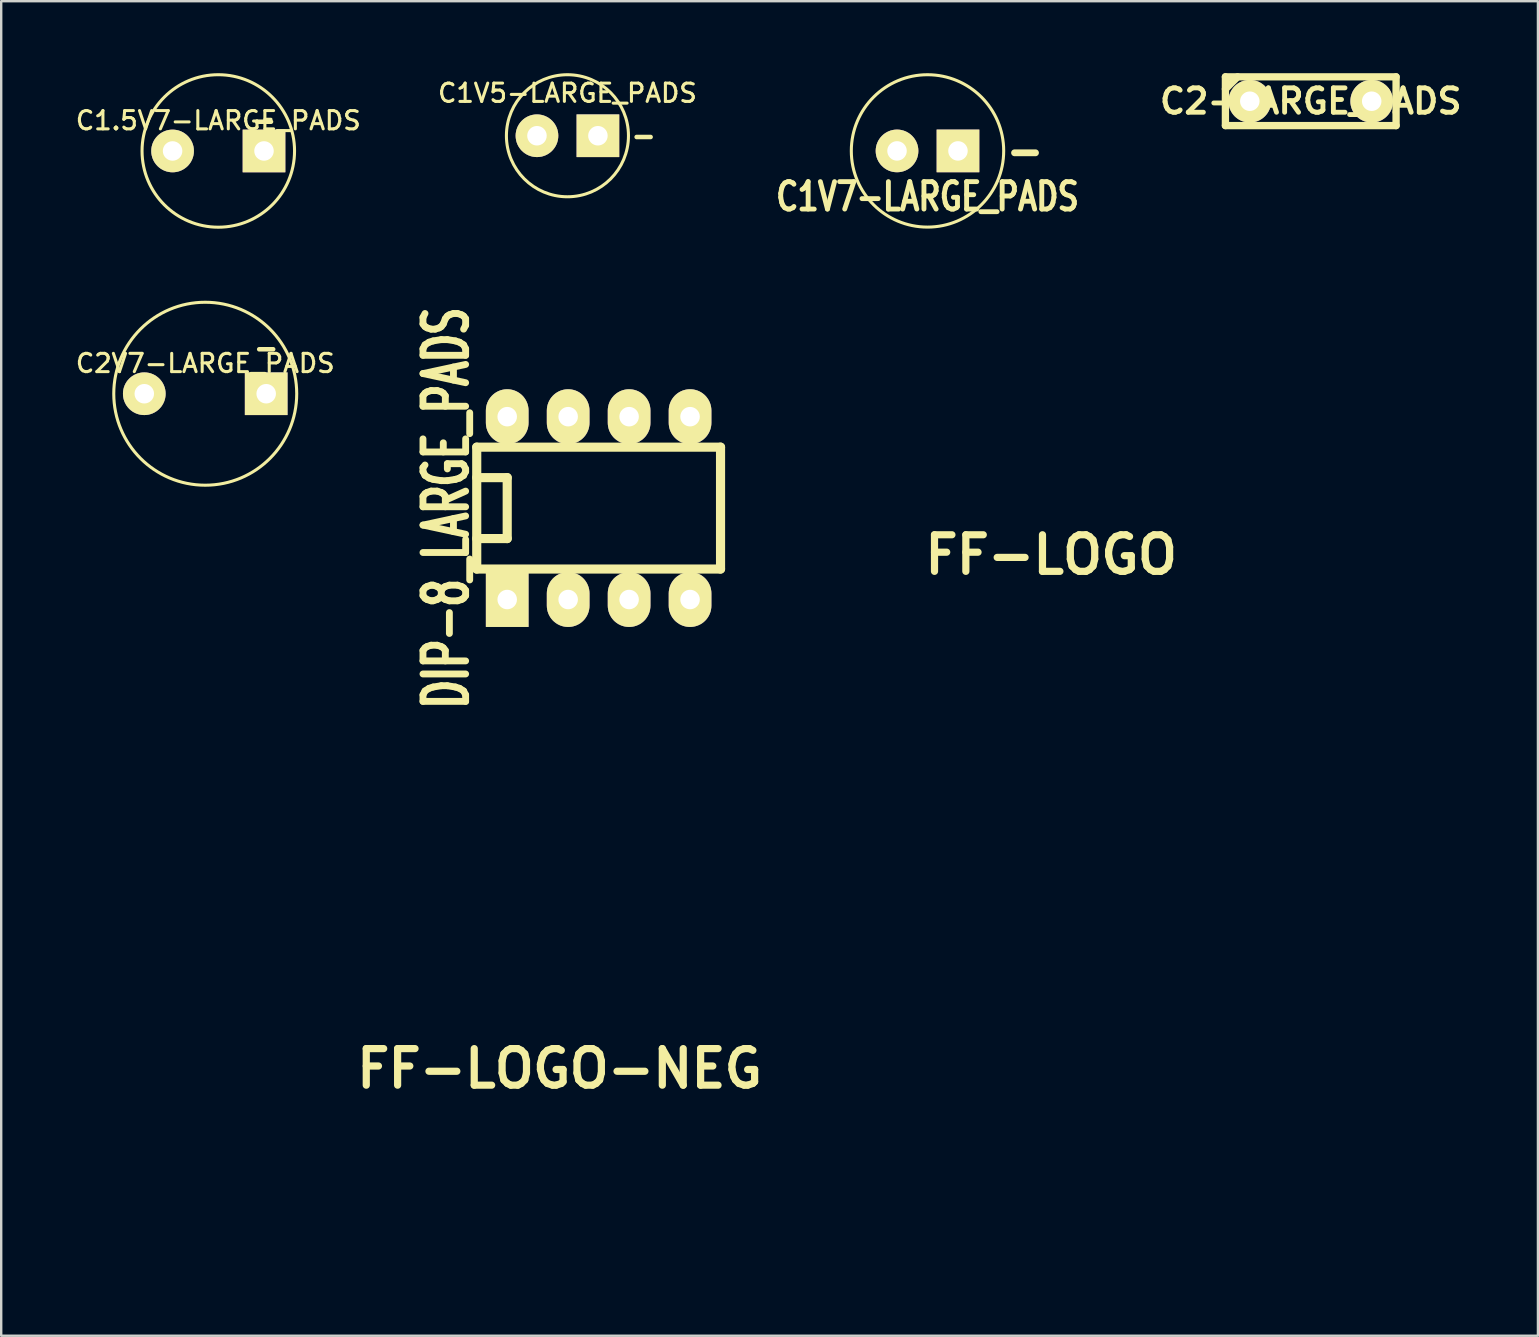
<source format=kicad_pcb>
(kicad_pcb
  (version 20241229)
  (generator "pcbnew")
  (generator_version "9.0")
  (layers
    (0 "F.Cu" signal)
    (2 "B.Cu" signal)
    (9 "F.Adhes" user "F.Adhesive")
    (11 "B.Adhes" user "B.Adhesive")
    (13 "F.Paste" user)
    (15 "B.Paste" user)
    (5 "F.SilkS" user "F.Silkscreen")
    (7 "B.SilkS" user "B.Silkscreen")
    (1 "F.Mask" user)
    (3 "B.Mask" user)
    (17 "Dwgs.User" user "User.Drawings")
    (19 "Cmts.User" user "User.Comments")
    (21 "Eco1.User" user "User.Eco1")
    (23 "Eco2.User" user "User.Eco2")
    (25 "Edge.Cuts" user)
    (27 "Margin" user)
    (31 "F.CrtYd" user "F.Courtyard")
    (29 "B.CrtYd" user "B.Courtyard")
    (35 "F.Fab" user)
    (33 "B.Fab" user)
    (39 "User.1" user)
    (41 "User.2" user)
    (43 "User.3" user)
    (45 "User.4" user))
  (footprint "C1V5-LARGE_PADS"
    (layer "F.Cu")
    (at 20.597 2.607)
    (property "Reference" "C1V5-LARGE_PADS" (at 0 -1.778 0) (layer "F.SilkS") (effects (font (size 0.762 0.762) (thickness 0.127))))
    (attr through_hole)
    (fp_circle (center 0 0) (end 0.127 -2.54) (stroke (width 0.127) (type solid)) (fill no) (layer "F.SilkS"))
    (fp_text user "-" (at 3.175 0 0) (layer "F.SilkS") (effects (font (size 0.762 0.762) (thickness 0.191))))
    (pad "1" thru_hole circle (at -1.27 0) (size 1.778 1.778) (drill 0.813) (layers "*.Cu" "*.Mask" "F.SilkS"))
    (pad "2" thru_hole rect (at 1.27 0) (size 1.778 1.778) (drill 0.813) (layers "*.Cu" "*.Mask" "F.SilkS")))
  (footprint "C1.5V7-LARGE_PADS"
    (layer "F.Cu")
    (at 6.047 3.241)
    (property "Reference" "C1.5V7-LARGE_PADS" (at 0 -1.267 0) (layer "F.SilkS") (effects (font (size 0.762 0.762) (thickness 0.127))))
    (attr through_hole)
    (fp_circle (center 0 0) (end 0.127 -3.175) (stroke (width 0.127) (type solid)) (fill no) (layer "F.SilkS"))
    (fp_text user "-" (at 1.905 -1.27 0) (layer "F.SilkS") (effects (font (size 0.762 0.762) (thickness 0.191))))
    (pad "1" thru_hole circle (at -1.905 0) (size 1.778 1.778) (drill 0.813) (layers "*.Cu" "*.Mask" "F.SilkS"))
    (pad "2" thru_hole rect (at 1.905 0) (size 1.778 1.778) (drill 0.813) (layers "*.Cu" "*.Mask" "F.SilkS")))
  (footprint "C2-LARGE_PADS"
    (layer "F.Cu")
    (at 51.573 1.168)
    (property "Reference" "C2-LARGE_PADS" (at 0 0 0) (layer "F.SilkS") (effects (font (size 1.016 1.016) (thickness 0.203))))
    (attr through_hole)
    (fp_line (start -3.556 -1.016) (end 3.556 -1.016) (stroke (width 0.305) (type solid)) (layer "F.SilkS"))
    (fp_line (start -3.556 -0.508) (end -3.048 -1.016) (stroke (width 0.305) (type solid)) (layer "F.SilkS"))
    (fp_line (start -3.556 1.016) (end -3.556 -1.016) (stroke (width 0.305) (type solid)) (layer "F.SilkS"))
    (fp_line (start 3.556 -1.016) (end 3.556 1.016) (stroke (width 0.305) (type solid)) (layer "F.SilkS"))
    (fp_line (start 3.556 1.016) (end -3.556 1.016) (stroke (width 0.305) (type solid)) (layer "F.SilkS"))
    (pad "1" thru_hole circle (at -2.54 0) (size 1.778 1.778) (drill 0.813) (layers "*.Cu" "*.Mask" "F.SilkS"))
    (pad "2" thru_hole circle (at 2.54 0) (size 1.778 1.778) (drill 0.813) (layers "*.Cu" "*.Mask" "F.SilkS")))
  (footprint "FF-LOGO"
    (layer "F.Cu")
    (at 40.756 20.07)
    (property "Reference" "FF-LOGO" (at 0 0 0) (layer "F.SilkS") (effects (font (size 1.524 1.524) (thickness 0.3))))
    (attr through_hole)
    (fp_poly (pts (xy 10.583 10.583) (xy -10.583 10.583) (xy -10.583 6.606) (xy -8.834 6.606) (xy -8.805 7.025) (xy -8.804 7.03) (xy -8.642 7.36) (xy -8.359 7.672) (xy -8.001 7.92) (xy -7.83 7.998) (xy -7.459 8.081) (xy -6.989 8.104) (xy -6.476 8.069) (xy -5.978 7.98) (xy -5.645 7.877) (xy -5.151 7.61) (xy -4.676 7.208) (xy -4.255 6.706) (xy -4.004 6.299) (xy -3.637 5.534) (xy -3.266 4.609) (xy -2.89 3.525) (xy -2.509 2.277) (xy -2.123 0.864) (xy -1.811 -0.376) (xy -1.676 -0.93) (xy -1.554 -1.433) (xy -1.449 -1.858) (xy -1.369 -2.184) (xy -1.319 -2.383) (xy -1.306 -2.434) (xy -1.253 -2.472) (xy -1.106 -2.5) (xy -0.849 -2.52) (xy -0.466 -2.533) (xy 0.059 -2.539) (xy 0.47 -2.54) (xy 2.215 -2.54) (xy 2.167 -2.307) (xy 2.13 -2.105) (xy 2.08 -1.802) (xy 2.03 -1.482) (xy 1.817 -0.115) (xy 1.617 1.094) (xy 1.427 2.157) (xy 1.243 3.086) (xy 1.063 3.891) (xy 0.882 4.584) (xy 0.698 5.176) (xy 0.509 5.679) (xy 0.31 6.103) (xy 0.098 6.461) (xy -0.129 6.763) (xy -0.328 6.976) (xy -0.571 7.185) (xy -0.798 7.295) (xy -1.089 7.346) (xy -1.095 7.346) (xy -1.338 7.362) (xy -1.493 7.357) (xy -1.524 7.343) (xy -1.485 7.25) (xy -1.387 7.062) (xy -1.313 6.93) (xy -1.131 6.455) (xy -1.102 6.167) (xy -1.119 5.898) (xy -1.196 5.719) (xy -1.361 5.553) (xy -1.701 5.358) (xy -2.051 5.33) (xy -2.398 5.468) (xy -2.626 5.654) (xy -2.933 6.055) (xy -3.086 6.469) (xy -3.094 6.876) (xy -2.968 7.257) (xy -2.719 7.591) (xy -2.359 7.86) (xy -1.897 8.045) (xy -1.346 8.125) (xy -1.234 8.127) (xy -0.495 8.044) (xy 0.188 7.806) (xy 0.804 7.418) (xy 1.339 6.89) (xy 1.714 6.349) (xy 1.989 5.814) (xy 2.282 5.123) (xy 2.591 4.29) (xy 2.91 3.327) (xy 3.237 2.246) (xy 3.567 1.061) (xy 3.895 -0.218) (xy 4.163 -1.333) (xy 4.444 -2.54) (xy 6.858 -2.54) (xy 6.858 -3.297) (xy 5.727 -3.321) (xy 4.596 -3.344) (xy 4.748 -4.096) (xy 4.948 -4.955) (xy 5.169 -5.658) (xy 5.417 -6.219) (xy 5.697 -6.649) (xy 6.017 -6.962) (xy 6.039 -6.979) (xy 6.292 -7.095) (xy 6.607 -7.145) (xy 6.912 -7.128) (xy 7.139 -7.04) (xy 7.148 -7.033) (xy 7.214 -6.949) (xy 7.175 -6.856) (xy 7.021 -6.713) (xy 6.724 -6.387) (xy 6.548 -6.036) (xy 6.491 -5.688) (xy 6.548 -5.37) (xy 6.715 -5.11) (xy 6.986 -4.936) (xy 7.311 -4.877) (xy 7.706 -4.947) (xy 8.053 -5.158) (xy 8.33 -5.484) (xy 8.516 -5.897) (xy 8.587 -6.372) (xy 8.588 -6.396) (xy 8.512 -6.843) (xy 8.292 -7.216) (xy 7.94 -7.505) (xy 7.468 -7.703) (xy 6.888 -7.801) (xy 6.614 -7.81) (xy 5.878 -7.725) (xy 5.183 -7.483) (xy 4.539 -7.09) (xy 3.952 -6.552) (xy 3.43 -5.879) (xy 2.982 -5.077) (xy 2.614 -4.154) (xy 2.539 -3.916) (xy 2.354 -3.302) (xy 0.627 -3.302) (xy 0.023 -3.304) (xy -0.431 -3.311) (xy -0.751 -3.325) (xy -0.957 -3.345) (xy -1.068 -3.374) (xy -1.101 -3.413) (xy -1.101 -3.413) (xy -1.078 -3.647) (xy -1.016 -3.996) (xy -0.926 -4.416) (xy -0.816 -4.859) (xy -0.71 -5.234) (xy -0.46 -5.921) (xy -0.168 -6.462) (xy 0.161 -6.853) (xy 0.523 -7.089) (xy 0.911 -7.166) (xy 1.236 -7.109) (xy 1.455 -7.013) (xy 1.509 -6.911) (xy 1.403 -6.786) (xy 1.328 -6.734) (xy 1.105 -6.513) (xy 0.912 -6.197) (xy 0.788 -5.856) (xy 0.762 -5.659) (xy 0.831 -5.307) (xy 1.039 -5.052) (xy 1.35 -4.902) (xy 1.575 -4.851) (xy 1.764 -4.867) (xy 1.999 -4.96) (xy 2.062 -4.989) (xy 2.331 -5.153) (xy 2.525 -5.368) (xy 2.662 -5.61) (xy 2.837 -6.111) (xy 2.853 -6.573) (xy 2.718 -6.981) (xy 2.438 -7.324) (xy 2.023 -7.588) (xy 1.478 -7.76) (xy 1.356 -7.783) (xy 0.635 -7.817) (xy -0.06 -7.685) (xy -0.729 -7.385) (xy -1.372 -6.918) (xy -1.652 -6.654) (xy -2.115 -6.125) (xy -2.502 -5.543) (xy -2.835 -4.869) (xy -3.124 -4.102) (xy -3.379 -3.344) (xy -5.165 -3.296) (xy -5.165 -2.54) (xy -4.36 -2.54) (xy -4.015 -2.536) (xy -3.743 -2.526) (xy -3.583 -2.511) (xy -3.556 -2.5) (xy -3.57 -2.363) (xy -3.609 -2.083) (xy -3.67 -1.688) (xy -3.747 -1.2) (xy -3.837 -0.647) (xy -3.936 -0.053) (xy -4.039 0.557) (xy -4.142 1.158) (xy -4.241 1.724) (xy -4.331 2.231) (xy -4.41 2.653) (xy -4.453 2.874) (xy -4.702 3.994) (xy -4.968 4.948) (xy -5.254 5.739) (xy -5.56 6.371) (xy -5.888 6.845) (xy -6.24 7.166) (xy -6.617 7.335) (xy -6.875 7.366) (xy -7.125 7.348) (xy -7.222 7.277) (xy -7.18 7.133) (xy -7.099 7.009) (xy -6.914 6.652) (xy -6.834 6.273) (xy -6.856 5.914) (xy -6.978 5.616) (xy -7.184 5.425) (xy -7.45 5.349) (xy -7.772 5.343) (xy -8.068 5.402) (xy -8.189 5.463) (xy -8.505 5.773) (xy -8.727 6.172) (xy -8.834 6.606) (xy -10.583 6.606) (xy -10.583 -10.583) (xy 10.583 -10.583) (xy 10.583 10.583)) (stroke (width 0.01) (type solid)) (fill yes) (layer "F.Mask")))
  (footprint "C1V7-LARGE_PADS"
    (layer "F.Cu")
    (at 35.602 3.239)
    (property "Reference" "C1V7-LARGE_PADS" (at 0 1.905 0) (layer "F.SilkS") (effects (font (size 1.143 0.889) (thickness 0.203))))
    (attr through_hole)
    (fp_circle (center 0 0) (end 3.175 0) (stroke (width 0.127) (type solid)) (fill no) (layer "F.SilkS"))
    (fp_text user "-" (at 4.064 0 0) (layer "F.SilkS") (effects (font (size 1.143 1.143) (thickness 0.286))))
    (pad "1" thru_hole circle (at -1.27 0) (size 1.778 1.778) (drill 0.813) (layers "*.Cu" "*.Mask" "F.SilkS"))
    (pad "2" thru_hole rect (at 1.27 0) (size 1.778 1.778) (drill 0.813) (layers "*.Cu" "*.Mask" "F.SilkS")))
  (footprint "FF-LOGO-NEG"
    (layer "F.Cu")
    (at 8.839 41.483)
    (property "Reference" "FF-LOGO-NEG" (at 11.43 0 0) (layer "F.SilkS") (effects (font (size 1.524 1.524) (thickness 0.3))))
    (attr through_hole)
    (fp_poly (pts (xy 1.356 -7.783) (xy 1.924 -7.63) (xy 2.366 -7.383) (xy 2.673 -7.055) (xy 2.838 -6.658) (xy 2.853 -6.207) (xy 2.71 -5.712) (xy 2.662 -5.61) (xy 2.484 -5.31) (xy 2.278 -5.113) (xy 2.062 -4.989) (xy 1.806 -4.88) (xy 1.614 -4.849) (xy 1.404 -4.886) (xy 1.35 -4.902) (xy 1.015 -5.071) (xy 0.819 -5.335) (xy 0.762 -5.659) (xy 0.822 -5.976) (xy 0.975 -6.316) (xy 1.183 -6.607) (xy 1.328 -6.734) (xy 1.49 -6.87) (xy 1.493 -6.978) (xy 1.332 -7.075) (xy 1.236 -7.109) (xy 0.83 -7.163) (xy 0.446 -7.054) (xy 0.091 -6.786) (xy -0.231 -6.363) (xy -0.515 -5.792) (xy -0.71 -5.234) (xy -0.829 -4.809) (xy -0.937 -4.366) (xy -1.025 -3.953) (xy -1.083 -3.614) (xy -1.101 -3.413) (xy -1.068 -3.374) (xy -0.958 -3.345) (xy -0.752 -3.325) (xy -0.431 -3.311) (xy 0.022 -3.304) (xy 0.625 -3.302) (xy 2.354 -3.302) (xy 2.539 -3.916) (xy 2.886 -4.867) (xy 3.316 -5.699) (xy 3.821 -6.403) (xy 4.393 -6.974) (xy 5.024 -7.402) (xy 5.707 -7.682) (xy 6.435 -7.804) (xy 6.614 -7.81) (xy 7.236 -7.757) (xy 7.755 -7.6) (xy 8.159 -7.348) (xy 8.436 -7.01) (xy 8.574 -6.593) (xy 8.588 -6.396) (xy 8.522 -5.919) (xy 8.342 -5.502) (xy 8.068 -5.172) (xy 7.724 -4.954) (xy 7.331 -4.876) (xy 7.311 -4.877) (xy 6.95 -4.95) (xy 6.691 -5.135) (xy 6.536 -5.403) (xy 6.492 -5.726) (xy 6.562 -6.076) (xy 6.751 -6.426) (xy 7.021 -6.713) (xy 7.178 -6.859) (xy 7.213 -6.952) (xy 7.148 -7.033) (xy 6.928 -7.125) (xy 6.625 -7.146) (xy 6.309 -7.099) (xy 6.05 -6.987) (xy 6.039 -6.979) (xy 5.717 -6.673) (xy 5.434 -6.251) (xy 5.184 -5.699) (xy 4.961 -5.005) (xy 4.761 -4.156) (xy 4.748 -4.096) (xy 4.596 -3.344) (xy 5.727 -3.321) (xy 6.858 -3.297) (xy 6.858 -2.54) (xy 4.444 -2.54) (xy 4.163 -1.333) (xy 3.838 0.012) (xy 3.509 1.275) (xy 3.179 2.443) (xy 2.854 3.504) (xy 2.536 4.445) (xy 2.23 5.254) (xy 1.939 5.919) (xy 1.714 6.349) (xy 1.255 6.989) (xy 0.705 7.494) (xy 0.077 7.857) (xy -0.617 8.07) (xy -1.234 8.127) (xy -1.801 8.068) (xy -2.28 7.902) (xy -2.66 7.647) (xy -2.93 7.323) (xy -3.08 6.95) (xy -3.098 6.547) (xy -2.973 6.132) (xy -2.695 5.727) (xy -2.626 5.654) (xy -2.285 5.404) (xy -1.936 5.32) (xy -1.588 5.403) (xy -1.361 5.553) (xy -1.194 5.722) (xy -1.119 5.902) (xy -1.102 6.167) (xy -1.186 6.654) (xy -1.313 6.93) (xy -1.434 7.15) (xy -1.511 7.304) (xy -1.524 7.343) (xy -1.448 7.361) (xy -1.254 7.358) (xy -1.095 7.346) (xy -0.802 7.296) (xy -0.575 7.187) (xy -0.333 6.981) (xy -0.328 6.976) (xy -0.086 6.711) (xy 0.138 6.399) (xy 0.347 6.03) (xy 0.545 5.592) (xy 0.733 5.073) (xy 0.916 4.463) (xy 1.096 3.75) (xy 1.277 2.923) (xy 1.462 1.97) (xy 1.654 0.881) (xy 1.856 -0.357) (xy 2.03 -1.482) (xy 2.082 -1.817) (xy 2.132 -2.117) (xy 2.167 -2.307) (xy 2.215 -2.54) (xy 0.47 -2.54) (xy -0.154 -2.537) (xy -0.624 -2.529) (xy -0.958 -2.514) (xy -1.172 -2.491) (xy -1.282 -2.459) (xy -1.306 -2.434) (xy -1.334 -2.325) (xy -1.396 -2.075) (xy -1.486 -1.71) (xy -1.598 -1.252) (xy -1.726 -0.728) (xy -1.811 -0.376) (xy -2.203 1.17) (xy -2.589 2.549) (xy -2.968 3.762) (xy -3.343 4.814) (xy -3.713 5.705) (xy -4.004 6.299) (xy -4.364 6.853) (xy -4.803 7.33) (xy -5.287 7.698) (xy -5.645 7.877) (xy -6.093 8.006) (xy -6.599 8.083) (xy -7.107 8.104) (xy -7.559 8.067) (xy -7.83 7.998) (xy -8.206 7.793) (xy -8.528 7.504) (xy -8.749 7.176) (xy -8.804 7.03) (xy -8.834 6.612) (xy -8.729 6.177) (xy -8.509 5.778) (xy -8.194 5.466) (xy -8.189 5.463) (xy -7.944 5.368) (xy -7.626 5.337) (xy -7.318 5.375) (xy -7.184 5.425) (xy -6.969 5.629) (xy -6.853 5.932) (xy -6.836 6.293) (xy -6.922 6.671) (xy -7.099 7.009) (xy -7.214 7.205) (xy -7.198 7.315) (xy -7.038 7.36) (xy -6.875 7.366) (xy -6.481 7.292) (xy -6.113 7.07) (xy -5.769 6.695) (xy -5.449 6.165) (xy -5.151 5.478) (xy -4.872 4.629) (xy -4.612 3.617) (xy -4.453 2.874) (xy -4.385 2.523) (xy -4.302 2.07) (xy -4.208 1.541) (xy -4.108 0.96) (xy -4.004 0.354) (xy -3.902 -0.254) (xy -3.806 -0.837) (xy -3.72 -1.371) (xy -3.648 -1.831) (xy -3.594 -2.191) (xy -3.562 -2.425) (xy -3.556 -2.5) (xy -3.635 -2.517) (xy -3.846 -2.531) (xy -4.152 -2.539) (xy -4.36 -2.54) (xy -5.165 -2.54) (xy -5.165 -3.296) (xy -3.379 -3.344) (xy -3.124 -4.102) (xy -2.821 -4.902) (xy -2.486 -5.571) (xy -2.096 -6.15) (xy -1.652 -6.654) (xy -1.02 -7.196) (xy -0.363 -7.571) (xy 0.32 -7.778) (xy 1.029 -7.819) (xy 1.356 -7.783)) (stroke (width 0.01) (type solid)) (fill yes) (layer "F.Mask")))
  (footprint "C2V7-LARGE_PADS"
    (layer "F.Cu")
    (at 5.503 13.358)
    (property "Reference" "C2V7-LARGE_PADS" (at 0 -1.267 0) (layer "F.SilkS") (effects (font (size 0.762 0.762) (thickness 0.127))))
    (attr through_hole)
    (fp_circle (center 0 0) (end 0.127 -3.81) (stroke (width 0.127) (type solid)) (fill no) (layer "F.SilkS"))
    (fp_text user "-" (at 2.54 -1.905 0) (layer "F.SilkS") (effects (font (size 0.762 0.762) (thickness 0.191))))
    (pad "1" thru_hole circle (at -2.54 0) (size 1.778 1.778) (drill 0.813) (layers "*.Cu" "*.Mask" "F.SilkS"))
    (pad "2" thru_hole rect (at 2.54 0) (size 1.778 1.778) (drill 0.813) (layers "*.Cu" "*.Mask" "F.SilkS")))
  (footprint "DIP-8_LARGE_PADS"
    (layer "F.Cu")
    (at 21.897 18.124)
    (property "Reference" "DIP-8_LARGE_PADS" (at -6.35 0 90) (layer "F.SilkS") (effects (font (size 1.778 1.143) (thickness 0.305))))
    (attr through_hole)
    (fp_line (start -5.08 -2.54) (end 5.08 -2.54) (stroke (width 0.381) (type solid)) (layer "F.SilkS"))
    (fp_line (start -5.08 -1.27) (end -3.81 -1.27) (stroke (width 0.381) (type solid)) (layer "F.SilkS"))
    (fp_line (start -5.08 2.54) (end -5.08 -2.54) (stroke (width 0.381) (type solid)) (layer "F.SilkS"))
    (fp_line (start -3.81 -1.27) (end -3.81 1.27) (stroke (width 0.381) (type solid)) (layer "F.SilkS"))
    (fp_line (start -3.81 1.27) (end -5.08 1.27) (stroke (width 0.381) (type solid)) (layer "F.SilkS"))
    (fp_line (start 5.08 -2.54) (end 5.08 2.54) (stroke (width 0.381) (type solid)) (layer "F.SilkS"))
    (fp_line (start 5.08 2.54) (end -5.08 2.54) (stroke (width 0.381) (type solid)) (layer "F.SilkS"))
    (pad "1" thru_hole rect (at -3.81 3.81) (size 1.778 2.286) (drill 0.813) (layers "*.Cu" "*.Mask" "F.SilkS"))
    (pad "2" thru_hole oval (at -1.27 3.81) (size 1.778 2.286) (drill 0.813) (layers "*.Cu" "*.Mask" "F.SilkS"))
    (pad "3" thru_hole oval (at 1.27 3.81) (size 1.778 2.286) (drill 0.813) (layers "*.Cu" "*.Mask" "F.SilkS"))
    (pad "4" thru_hole oval (at 3.81 3.81) (size 1.778 2.286) (drill 0.813) (layers "*.Cu" "*.Mask" "F.SilkS"))
    (pad "5" thru_hole oval (at 3.81 -3.81) (size 1.778 2.286) (drill 0.813) (layers "*.Cu" "*.Mask" "F.SilkS"))
    (pad "6" thru_hole oval (at 1.27 -3.81) (size 1.778 2.286) (drill 0.813) (layers "*.Cu" "*.Mask" "F.SilkS"))
    (pad "7" thru_hole oval (at -1.27 -3.81) (size 1.778 2.286) (drill 0.813) (layers "*.Cu" "*.Mask" "F.SilkS"))
    (pad "8" thru_hole oval (at -3.81 -3.81) (size 1.778 2.286) (drill 0.813) (layers "*.Cu" "*.Mask" "F.SilkS")))
  (gr_rect
    (start -3 -3)
    (end 61.041 52.615)
    (stroke (width 0.1) (type default))
    (fill no)
    (layer "Edge.Cuts")))
</source>
